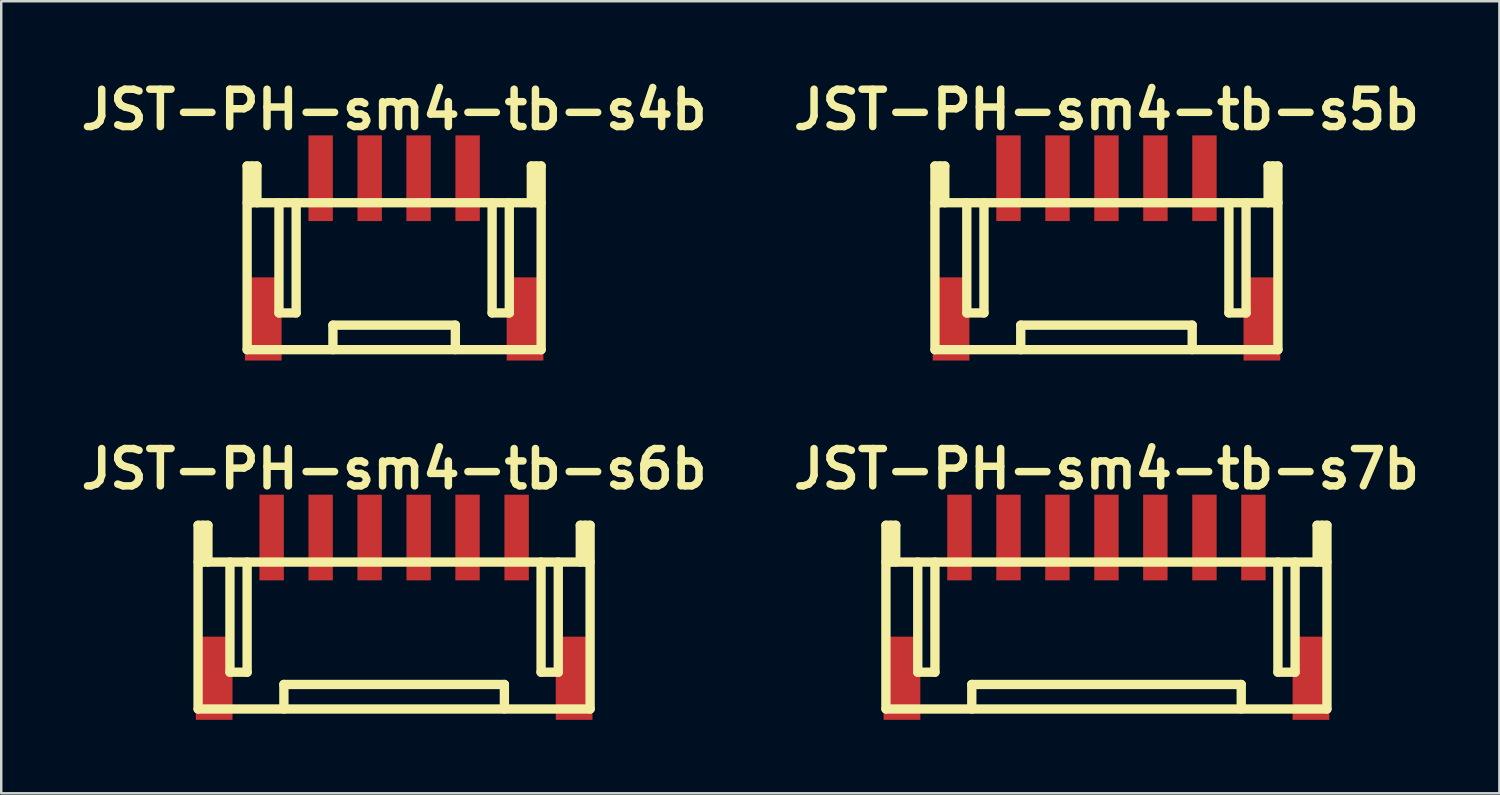
<source format=kicad_pcb>
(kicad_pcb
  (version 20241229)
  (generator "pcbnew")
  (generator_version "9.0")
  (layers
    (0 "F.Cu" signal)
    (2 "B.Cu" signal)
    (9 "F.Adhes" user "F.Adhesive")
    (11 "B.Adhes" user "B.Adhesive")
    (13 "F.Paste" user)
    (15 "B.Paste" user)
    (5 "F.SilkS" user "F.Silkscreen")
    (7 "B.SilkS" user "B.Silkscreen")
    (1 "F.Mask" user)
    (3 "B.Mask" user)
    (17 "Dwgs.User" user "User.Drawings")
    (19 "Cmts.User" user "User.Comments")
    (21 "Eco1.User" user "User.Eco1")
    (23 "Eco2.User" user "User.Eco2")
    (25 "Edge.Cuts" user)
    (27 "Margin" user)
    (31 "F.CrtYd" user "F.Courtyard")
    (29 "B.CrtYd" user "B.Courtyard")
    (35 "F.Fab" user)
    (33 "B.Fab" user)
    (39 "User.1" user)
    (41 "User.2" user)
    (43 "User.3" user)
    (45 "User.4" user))
  (footprint "JST-PH-sm4-tb-s5b"
    (layer "F.Cu")
    (at 42.123 4.226)
    (property "Reference" "JST-PH-sm4-tb-s5b" (at 0 -2.799 0) (layer "F.SilkS") (effects (font (size 1.524 1.524) (thickness 0.305))))
    (attr through_hole)
    (fp_line (start -7.003 7) (end -7.003 -0.5) (stroke (width 0.381) (type solid)) (layer "F.SilkS"))
    (fp_line (start -7 7) (end 7 7) (stroke (width 0.381) (type solid)) (layer "F.SilkS"))
    (fp_line (start -6.802 -0.5) (end -6.802 1.001) (stroke (width 0.381) (type solid)) (layer "F.SilkS"))
    (fp_line (start -6.601 -0.5) (end -7.003 -0.5) (stroke (width 0.381) (type solid)) (layer "F.SilkS"))
    (fp_line (start -6.601 1.001) (end -6.601 -0.5) (stroke (width 0.381) (type solid)) (layer "F.SilkS"))
    (fp_line (start -5.702 5.499) (end -5.702 1.001) (stroke (width 0.381) (type solid)) (layer "F.SilkS"))
    (fp_line (start -5.001 1.001) (end -5.001 5.499) (stroke (width 0.381) (type solid)) (layer "F.SilkS"))
    (fp_line (start -5.001 5.499) (end -5.702 5.499) (stroke (width 0.381) (type solid)) (layer "F.SilkS"))
    (fp_line (start -3.5 7) (end -3.5 5.999) (stroke (width 0.381) (type solid)) (layer "F.SilkS"))
    (fp_line (start 3.5 5.999) (end -3.5 5.999) (stroke (width 0.381) (type solid)) (layer "F.SilkS"))
    (fp_line (start 3.5 5.999) (end 3.5 6.998) (stroke (width 0.381) (type solid)) (layer "F.SilkS"))
    (fp_line (start 4.999 1.001) (end 4.999 5.499) (stroke (width 0.381) (type solid)) (layer "F.SilkS"))
    (fp_line (start 4.999 5.499) (end 5.7 5.499) (stroke (width 0.381) (type solid)) (layer "F.SilkS"))
    (fp_line (start 5.7 5.499) (end 5.7 1.001) (stroke (width 0.381) (type solid)) (layer "F.SilkS"))
    (fp_line (start 6.599 -0.5) (end 6.599 1.001) (stroke (width 0.381) (type solid)) (layer "F.SilkS"))
    (fp_line (start 6.8 1.001) (end 6.8 -0.5) (stroke (width 0.381) (type solid)) (layer "F.SilkS"))
    (fp_line (start 7 -0.5) (end 6.599 -0.5) (stroke (width 0.381) (type solid)) (layer "F.SilkS"))
    (fp_line (start 7 -0.5) (end 7 7) (stroke (width 0.381) (type solid)) (layer "F.SilkS"))
    (fp_line (start 7 1.001) (end -7 1.001) (stroke (width 0.381) (type solid)) (layer "F.SilkS"))
    (pad "" smd rect (at -6.345 5.745) (size 1.499 3.396) (layers "F.Cu" "F.Mask" "F.Paste"))
    (pad "" smd rect (at 6.345 5.745) (size 1.499 3.396) (layers "F.Cu" "F.Mask" "F.Paste"))
    (pad "1" smd rect (at -4 0) (size 0.996 3.498) (layers "F.Cu" "F.Mask" "F.Paste"))
    (pad "2" smd rect (at -1.999 0) (size 0.996 3.498) (layers "F.Cu" "F.Mask" "F.Paste"))
    (pad "3" smd rect (at 0 0) (size 0.996 3.498) (layers "F.Cu" "F.Mask" "F.Paste"))
    (pad "4" smd rect (at 1.999 0) (size 0.996 3.498) (layers "F.Cu" "F.Mask" "F.Paste"))
    (pad "5" smd rect (at 4 0) (size 0.996 3.498) (layers "F.Cu" "F.Mask" "F.Paste")))
  (footprint "JST-PH-sm4-tb-s6b"
    (layer "F.Cu")
    (at 13.041 18.895)
    (property "Reference" "JST-PH-sm4-tb-s6b" (at 0 -2.799 0) (layer "F.SilkS") (effects (font (size 1.524 1.524) (thickness 0.305))))
    (attr through_hole)
    (fp_line (start -8.004 7) (end -8.004 -0.5) (stroke (width 0.381) (type solid)) (layer "F.SilkS"))
    (fp_line (start -8.001 7) (end 8.001 7) (stroke (width 0.381) (type solid)) (layer "F.SilkS"))
    (fp_line (start -7.803 -0.5) (end -7.803 1.001) (stroke (width 0.381) (type solid)) (layer "F.SilkS"))
    (fp_line (start -7.602 -0.5) (end -8.004 -0.5) (stroke (width 0.381) (type solid)) (layer "F.SilkS"))
    (fp_line (start -7.602 1.001) (end -7.602 -0.5) (stroke (width 0.381) (type solid)) (layer "F.SilkS"))
    (fp_line (start -6.703 5.499) (end -6.703 1.001) (stroke (width 0.381) (type solid)) (layer "F.SilkS"))
    (fp_line (start -6.002 1.001) (end -6.002 5.499) (stroke (width 0.381) (type solid)) (layer "F.SilkS"))
    (fp_line (start -6.002 5.499) (end -6.703 5.499) (stroke (width 0.381) (type solid)) (layer "F.SilkS"))
    (fp_line (start -4.501 7) (end -4.501 5.999) (stroke (width 0.381) (type solid)) (layer "F.SilkS"))
    (fp_line (start 4.501 5.999) (end -4.501 5.999) (stroke (width 0.381) (type solid)) (layer "F.SilkS"))
    (fp_line (start 4.501 5.999) (end 4.501 6.998) (stroke (width 0.381) (type solid)) (layer "F.SilkS"))
    (fp_line (start 5.999 1.001) (end 5.999 5.499) (stroke (width 0.381) (type solid)) (layer "F.SilkS"))
    (fp_line (start 5.999 5.499) (end 6.701 5.499) (stroke (width 0.381) (type solid)) (layer "F.SilkS"))
    (fp_line (start 6.701 5.499) (end 6.701 1.001) (stroke (width 0.381) (type solid)) (layer "F.SilkS"))
    (fp_line (start 7.6 -0.5) (end 7.6 1.001) (stroke (width 0.381) (type solid)) (layer "F.SilkS"))
    (fp_line (start 7.8 1.001) (end 7.8 -0.5) (stroke (width 0.381) (type solid)) (layer "F.SilkS"))
    (fp_line (start 8.001 -0.5) (end 7.6 -0.5) (stroke (width 0.381) (type solid)) (layer "F.SilkS"))
    (fp_line (start 8.001 -0.5) (end 8.001 7) (stroke (width 0.381) (type solid)) (layer "F.SilkS"))
    (fp_line (start 8.001 1.001) (end -8.001 1.001) (stroke (width 0.381) (type solid)) (layer "F.SilkS"))
    (pad "" smd rect (at -7.348 5.745) (size 1.499 3.396) (layers "F.Cu" "F.Mask" "F.Paste"))
    (pad "" smd rect (at 7.348 5.745) (size 1.499 3.396) (layers "F.Cu" "F.Mask" "F.Paste"))
    (pad "1" smd rect (at -5.001 0) (size 0.996 3.498) (layers "F.Cu" "F.Mask" "F.Paste"))
    (pad "2" smd rect (at -3 0) (size 0.996 3.498) (layers "F.Cu" "F.Mask" "F.Paste"))
    (pad "3" smd rect (at -1.001 0) (size 0.996 3.498) (layers "F.Cu" "F.Mask" "F.Paste"))
    (pad "4" smd rect (at 1.001 0) (size 0.996 3.498) (layers "F.Cu" "F.Mask" "F.Paste"))
    (pad "5" smd rect (at 2.997 0) (size 0.996 3.498) (layers "F.Cu" "F.Mask" "F.Paste"))
    (pad "6" smd rect (at 5.001 0) (size 0.996 3.498) (layers "F.Cu" "F.Mask" "F.Paste")))
  (footprint "JST-PH-sm4-tb-s7b"
    (layer "F.Cu")
    (at 42.123 18.895)
    (property "Reference" "JST-PH-sm4-tb-s7b" (at 0 -2.799 0) (layer "F.SilkS") (effects (font (size 1.524 1.524) (thickness 0.305))))
    (attr through_hole)
    (fp_line (start -9.004 7) (end -9.004 -0.5) (stroke (width 0.381) (type solid)) (layer "F.SilkS"))
    (fp_line (start -8.999 7) (end 8.999 7) (stroke (width 0.381) (type solid)) (layer "F.SilkS"))
    (fp_line (start -8.804 -0.5) (end -8.804 1.001) (stroke (width 0.381) (type solid)) (layer "F.SilkS"))
    (fp_line (start -8.603 -0.5) (end -9.004 -0.5) (stroke (width 0.381) (type solid)) (layer "F.SilkS"))
    (fp_line (start -8.603 1.001) (end -8.603 -0.5) (stroke (width 0.381) (type solid)) (layer "F.SilkS"))
    (fp_line (start -7.704 5.499) (end -7.704 1.001) (stroke (width 0.381) (type solid)) (layer "F.SilkS"))
    (fp_line (start -7.003 1.001) (end -7.003 5.499) (stroke (width 0.381) (type solid)) (layer "F.SilkS"))
    (fp_line (start -7.003 5.499) (end -7.704 5.499) (stroke (width 0.381) (type solid)) (layer "F.SilkS"))
    (fp_line (start -5.499 7) (end -5.499 5.999) (stroke (width 0.381) (type solid)) (layer "F.SilkS"))
    (fp_line (start 5.499 5.999) (end -5.499 5.999) (stroke (width 0.381) (type solid)) (layer "F.SilkS"))
    (fp_line (start 5.502 5.999) (end 5.502 6.998) (stroke (width 0.381) (type solid)) (layer "F.SilkS"))
    (fp_line (start 7 1.001) (end 7 5.499) (stroke (width 0.381) (type solid)) (layer "F.SilkS"))
    (fp_line (start 7 5.499) (end 7.701 5.499) (stroke (width 0.381) (type solid)) (layer "F.SilkS"))
    (fp_line (start 7.701 5.499) (end 7.701 1.001) (stroke (width 0.381) (type solid)) (layer "F.SilkS"))
    (fp_line (start 8.6 -0.5) (end 8.6 1.001) (stroke (width 0.381) (type solid)) (layer "F.SilkS"))
    (fp_line (start 8.801 1.001) (end 8.801 -0.5) (stroke (width 0.381) (type solid)) (layer "F.SilkS"))
    (fp_line (start 8.999 1.001) (end -8.999 1.001) (stroke (width 0.381) (type solid)) (layer "F.SilkS"))
    (fp_line (start 9.002 -0.5) (end 8.6 -0.5) (stroke (width 0.381) (type solid)) (layer "F.SilkS"))
    (fp_line (start 9.002 -0.5) (end 9.002 7) (stroke (width 0.381) (type solid)) (layer "F.SilkS"))
    (pad "" smd rect (at -8.349 5.745) (size 1.499 3.396) (layers "F.Cu" "F.Mask" "F.Paste"))
    (pad "" smd rect (at 8.349 5.745) (size 1.499 3.396) (layers "F.Cu" "F.Mask" "F.Paste"))
    (pad "1" smd rect (at -6.002 0) (size 0.996 3.498) (layers "F.Cu" "F.Mask" "F.Paste"))
    (pad "2" smd rect (at -4 0) (size 0.996 3.498) (layers "F.Cu" "F.Mask" "F.Paste"))
    (pad "3" smd rect (at -2.002 0) (size 0.996 3.498) (layers "F.Cu" "F.Mask" "F.Paste"))
    (pad "4" smd rect (at 0 0) (size 0.996 3.498) (layers "F.Cu" "F.Mask" "F.Paste"))
    (pad "5" smd rect (at 1.996 0) (size 0.996 3.498) (layers "F.Cu" "F.Mask" "F.Paste"))
    (pad "6" smd rect (at 4 0) (size 0.996 3.498) (layers "F.Cu" "F.Mask" "F.Paste"))
    (pad "7" smd rect (at 5.999 0) (size 0.996 3.498) (layers "F.Cu" "F.Mask" "F.Paste")))
  (footprint "JST-PH-sm4-tb-s4b"
    (layer "F.Cu")
    (at 13.041 4.226)
    (property "Reference" "JST-PH-sm4-tb-s4b" (at 0 -2.799 0) (layer "F.SilkS") (effects (font (size 1.524 1.524) (thickness 0.305))))
    (attr through_hole)
    (fp_line (start -6.002 7) (end -6.002 -0.5) (stroke (width 0.381) (type solid)) (layer "F.SilkS"))
    (fp_line (start -5.999 1.001) (end 5.999 1.001) (stroke (width 0.381) (type solid)) (layer "F.SilkS"))
    (fp_line (start -5.801 -0.5) (end -5.801 1.001) (stroke (width 0.381) (type solid)) (layer "F.SilkS"))
    (fp_line (start -5.601 -0.5) (end -6.002 -0.5) (stroke (width 0.381) (type solid)) (layer "F.SilkS"))
    (fp_line (start -5.601 1.001) (end -5.601 -0.5) (stroke (width 0.381) (type solid)) (layer "F.SilkS"))
    (fp_line (start -4.702 5.499) (end -4.702 1.001) (stroke (width 0.381) (type solid)) (layer "F.SilkS"))
    (fp_line (start -4 1.001) (end -4 5.499) (stroke (width 0.381) (type solid)) (layer "F.SilkS"))
    (fp_line (start -4 5.499) (end -4.702 5.499) (stroke (width 0.381) (type solid)) (layer "F.SilkS"))
    (fp_line (start -2.499 7) (end -2.499 5.999) (stroke (width 0.381) (type solid)) (layer "F.SilkS"))
    (fp_line (start 2.499 5.999) (end -2.499 5.999) (stroke (width 0.381) (type solid)) (layer "F.SilkS"))
    (fp_line (start 2.499 5.999) (end 2.499 6.998) (stroke (width 0.381) (type solid)) (layer "F.SilkS"))
    (fp_line (start 4 1.001) (end 4 5.499) (stroke (width 0.381) (type solid)) (layer "F.SilkS"))
    (fp_line (start 4 5.499) (end 4.702 5.499) (stroke (width 0.381) (type solid)) (layer "F.SilkS"))
    (fp_line (start 4.702 5.499) (end 4.702 1.001) (stroke (width 0.381) (type solid)) (layer "F.SilkS"))
    (fp_line (start 5.601 -0.5) (end 5.601 1.001) (stroke (width 0.381) (type solid)) (layer "F.SilkS"))
    (fp_line (start 5.801 1.001) (end 5.801 -0.5) (stroke (width 0.381) (type solid)) (layer "F.SilkS"))
    (fp_line (start 5.999 7) (end -5.999 7) (stroke (width 0.381) (type solid)) (layer "F.SilkS"))
    (fp_line (start 6.002 -0.5) (end 5.601 -0.5) (stroke (width 0.381) (type solid)) (layer "F.SilkS"))
    (fp_line (start 6.002 -0.5) (end 6.002 7) (stroke (width 0.381) (type solid)) (layer "F.SilkS"))
    (pad "" smd rect (at -5.344 5.745) (size 1.499 3.396) (layers "F.Cu" "F.Mask" "F.Paste"))
    (pad "" smd rect (at 5.344 5.745) (size 1.499 3.396) (layers "F.Cu" "F.Mask" "F.Paste"))
    (pad "1" smd rect (at -3 0) (size 0.996 3.498) (layers "F.Cu" "F.Mask" "F.Paste"))
    (pad "2" smd rect (at -0.998 0) (size 0.996 3.498) (layers "F.Cu" "F.Mask" "F.Paste"))
    (pad "3" smd rect (at 0.998 0) (size 0.996 3.498) (layers "F.Cu" "F.Mask" "F.Paste"))
    (pad "4" smd rect (at 3 0) (size 0.996 3.498) (layers "F.Cu" "F.Mask" "F.Paste")))
  (gr_rect
    (start -3 -3)
    (end 58.164 29.338)
    (stroke (width 0.1) (type default))
    (fill no)
    (layer "Edge.Cuts")))
</source>
